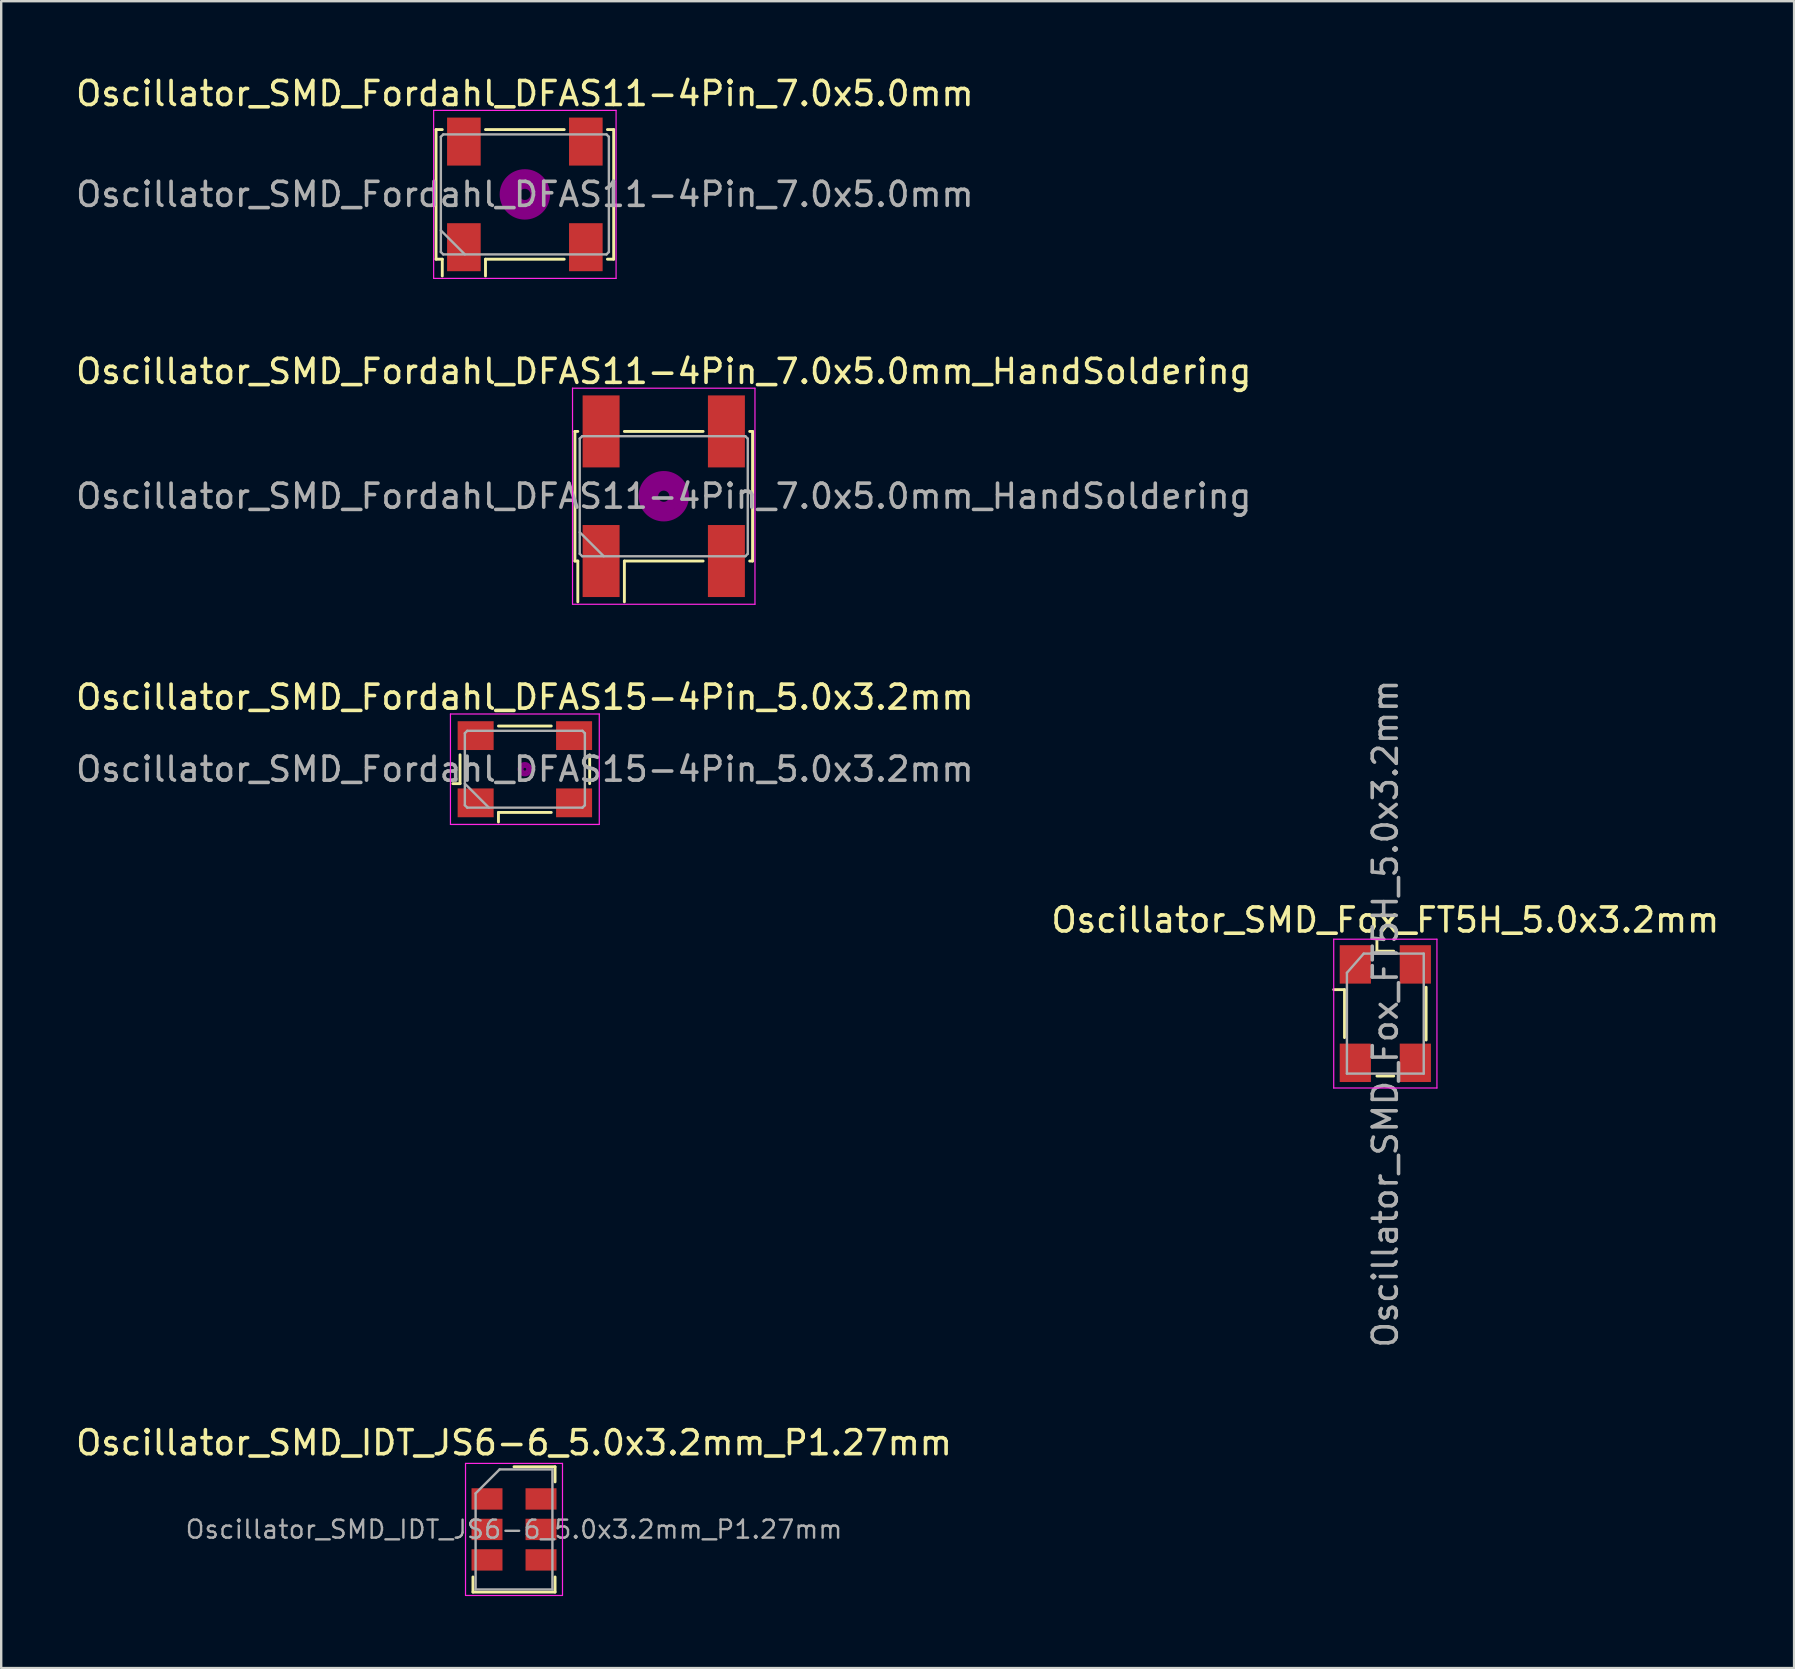
<source format=kicad_pcb>
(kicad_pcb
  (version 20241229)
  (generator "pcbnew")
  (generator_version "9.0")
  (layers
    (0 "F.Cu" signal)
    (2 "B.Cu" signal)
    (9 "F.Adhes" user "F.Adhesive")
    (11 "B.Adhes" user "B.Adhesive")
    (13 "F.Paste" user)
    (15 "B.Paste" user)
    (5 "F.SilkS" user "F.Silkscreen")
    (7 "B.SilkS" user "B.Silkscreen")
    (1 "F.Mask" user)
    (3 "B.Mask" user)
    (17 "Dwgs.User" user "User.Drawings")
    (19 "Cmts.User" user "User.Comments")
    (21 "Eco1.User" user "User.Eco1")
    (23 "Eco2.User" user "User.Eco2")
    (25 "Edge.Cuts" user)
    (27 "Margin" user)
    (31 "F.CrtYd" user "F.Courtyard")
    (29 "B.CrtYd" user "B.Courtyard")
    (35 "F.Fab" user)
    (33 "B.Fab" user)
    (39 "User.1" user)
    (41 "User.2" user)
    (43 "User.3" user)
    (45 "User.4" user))
  (footprint "Oscillator_SMD_Fox_FT5H_5.0x3.2mm"
    (layer "F.Cu")
    (at 54.661 39.176)
    (property "Reference" "Oscillator_SMD_Fox_FT5H_5.0x3.2mm" (at 0 -3.9 0) (layer "F.SilkS") (effects (font (size 1 1) (thickness 0.15))))
    (attr smd)
    (fp_line (start -1.7 -1) (end -2.15 -1) (stroke (width 0.12) (type solid)) (layer "F.SilkS"))
    (fp_line (start -1.7 1) (end -1.7 -1) (stroke (width 0.12) (type solid)) (layer "F.SilkS"))
    (fp_line (start -0.35 -2.6) (end -0.35 -3.1) (stroke (width 0.12) (type solid)) (layer "F.SilkS"))
    (fp_line (start -0.35 -2.6) (end 0.35 -2.6) (stroke (width 0.12) (type solid)) (layer "F.SilkS"))
    (fp_line (start 0.35 2.6) (end -0.35 2.6) (stroke (width 0.12) (type solid)) (layer "F.SilkS"))
    (fp_line (start 1.7 -1.1) (end 1.7 1.1) (stroke (width 0.12) (type solid)) (layer "F.SilkS"))
    (fp_line (start -2.15 -3.1) (end 2.15 -3.1) (stroke (width 0.05) (type solid)) (layer "F.CrtYd"))
    (fp_line (start -2.15 3.1) (end -2.15 -3.1) (stroke (width 0.05) (type solid)) (layer "F.CrtYd"))
    (fp_line (start 2.15 -3.1) (end 2.15 3.1) (stroke (width 0.05) (type solid)) (layer "F.CrtYd"))
    (fp_line (start 2.15 3.1) (end -2.15 3.1) (stroke (width 0.05) (type solid)) (layer "F.CrtYd"))
    (fp_line (start -1.6 -1.7) (end -0.9 -2.5) (stroke (width 0.1) (type solid)) (layer "F.Fab"))
    (fp_line (start -1.6 2.5) (end -1.6 -1.7) (stroke (width 0.1) (type solid)) (layer "F.Fab"))
    (fp_line (start -0.9 -2.5) (end 1.6 -2.5) (stroke (width 0.1) (type solid)) (layer "F.Fab"))
    (fp_line (start 1.6 -2.5) (end 1.6 2.5) (stroke (width 0.1) (type solid)) (layer "F.Fab"))
    (fp_line (start 1.6 2.5) (end -1.6 2.5) (stroke (width 0.1) (type solid)) (layer "F.Fab"))
    (fp_text user "${REFERENCE}" (at 0 0 270) (layer "F.Fab") (effects (font (size 1 1) (thickness 0.15))))
    (pad "1" smd rect (at -1.25 -2.05 270) (size 1.6 1.3) (layers "F.Cu" "F.Mask" "F.Paste"))
    (pad "2" smd rect (at -1.25 2.05 270) (size 1.6 1.3) (layers "F.Cu" "F.Mask" "F.Paste"))
    (pad "3" smd rect (at 1.25 2.05 270) (size 1.6 1.3) (layers "F.Cu" "F.Mask" "F.Paste"))
    (pad "4" smd rect (at 1.25 -2.05 270) (size 1.6 1.3) (layers "F.Cu" "F.Mask" "F.Paste")))
  (footprint "Oscillator_SMD_Fordahl_DFAS11-4Pin_7.0x5.0mm"
    (layer "F.Cu")
    (at 18.815 5.048)
    (property "Reference" "Oscillator_SMD_Fordahl_DFAS11-4Pin_7.0x5.0mm" (at 0 -4.2 0) (layer "F.SilkS") (effects (font (size 1 1) (thickness 0.15))))
    (attr smd)
    (fp_line (start -3.7 -2.7) (end -3.44 -2.7) (stroke (width 0.12) (type solid)) (layer "F.SilkS"))
    (fp_line (start -3.7 2.7) (end -3.7 -2.7) (stroke (width 0.12) (type solid)) (layer "F.SilkS"))
    (fp_line (start -3.44 2.7) (end -3.7 2.7) (stroke (width 0.12) (type solid)) (layer "F.SilkS"))
    (fp_line (start -3.44 3.4) (end -3.44 2.7) (stroke (width 0.12) (type solid)) (layer "F.SilkS"))
    (fp_line (start -1.64 -2.7) (end 1.64 -2.7) (stroke (width 0.12) (type solid)) (layer "F.SilkS"))
    (fp_line (start -1.64 2.7) (end -1.64 3.4) (stroke (width 0.12) (type solid)) (layer "F.SilkS"))
    (fp_line (start 1.64 2.7) (end -1.64 2.7) (stroke (width 0.12) (type solid)) (layer "F.SilkS"))
    (fp_line (start 3.44 -2.7) (end 3.7 -2.7) (stroke (width 0.12) (type solid)) (layer "F.SilkS"))
    (fp_line (start 3.7 -2.7) (end 3.7 2.7) (stroke (width 0.12) (type solid)) (layer "F.SilkS"))
    (fp_line (start 3.7 2.7) (end 3.44 2.7) (stroke (width 0.12) (type solid)) (layer "F.SilkS"))
    (fp_circle (center 0 0) (end 0.233 0) (stroke (width 0.467) (type solid)) (fill no) (layer "F.Adhes"))
    (fp_circle (center 0 0) (end 0.533 0) (stroke (width 0.333) (type solid)) (fill no) (layer "F.Adhes"))
    (fp_circle (center 0 0) (end 0.833 0) (stroke (width 0.333) (type solid)) (fill no) (layer "F.Adhes"))
    (fp_circle (center 0 0) (end 1 0) (stroke (width 0.1) (type solid)) (fill no) (layer "F.Adhes"))
    (fp_line (start -3.8 -3.5) (end -3.8 3.5) (stroke (width 0.05) (type solid)) (layer "F.CrtYd"))
    (fp_line (start -3.8 3.5) (end 3.8 3.5) (stroke (width 0.05) (type solid)) (layer "F.CrtYd"))
    (fp_line (start 3.8 -3.5) (end -3.8 -3.5) (stroke (width 0.05) (type solid)) (layer "F.CrtYd"))
    (fp_line (start 3.8 3.5) (end 3.8 -3.5) (stroke (width 0.05) (type solid)) (layer "F.CrtYd"))
    (fp_line (start -3.5 -2.4) (end -3.4 -2.5) (stroke (width 0.1) (type solid)) (layer "F.Fab"))
    (fp_line (start -3.5 1.5) (end -2.5 2.5) (stroke (width 0.1) (type solid)) (layer "F.Fab"))
    (fp_line (start -3.5 2.4) (end -3.5 -2.4) (stroke (width 0.1) (type solid)) (layer "F.Fab"))
    (fp_line (start -3.4 -2.5) (end 3.4 -2.5) (stroke (width 0.1) (type solid)) (layer "F.Fab"))
    (fp_line (start -3.4 2.5) (end -3.5 2.4) (stroke (width 0.1) (type solid)) (layer "F.Fab"))
    (fp_line (start 3.4 -2.5) (end 3.5 -2.4) (stroke (width 0.1) (type solid)) (layer "F.Fab"))
    (fp_line (start 3.4 2.5) (end -3.4 2.5) (stroke (width 0.1) (type solid)) (layer "F.Fab"))
    (fp_line (start 3.5 -2.4) (end 3.5 2.4) (stroke (width 0.1) (type solid)) (layer "F.Fab"))
    (fp_line (start 3.5 2.4) (end 3.4 2.5) (stroke (width 0.1) (type solid)) (layer "F.Fab"))
    (fp_text user "${REFERENCE}" (at 0 0 0) (layer "F.Fab") (effects (font (size 1 1) (thickness 0.15))))
    (pad "1" smd rect (at -2.54 2.2) (size 1.4 2) (layers "F.Cu" "F.Mask" "F.Paste"))
    (pad "2" smd rect (at 2.54 2.2) (size 1.4 2) (layers "F.Cu" "F.Mask" "F.Paste"))
    (pad "3" smd rect (at 2.54 -2.2) (size 1.4 2) (layers "F.Cu" "F.Mask" "F.Paste"))
    (pad "4" smd rect (at -2.54 -2.2) (size 1.4 2) (layers "F.Cu" "F.Mask" "F.Paste")))
  (footprint "Oscillator_SMD_Fordahl_DFAS11-4Pin_7.0x5.0mm_HandSoldering"
    (layer "F.Cu")
    (at 24.601 17.622)
    (property "Reference" "Oscillator_SMD_Fordahl_DFAS11-4Pin_7.0x5.0mm_HandSoldering" (at 0 -5.2 0) (layer "F.SilkS") (effects (font (size 1 1) (thickness 0.15))))
    (attr smd)
    (fp_line (start -3.7 -2.7) (end -3.58 -2.7) (stroke (width 0.12) (type solid)) (layer "F.SilkS"))
    (fp_line (start -3.7 2.7) (end -3.7 -2.7) (stroke (width 0.12) (type solid)) (layer "F.SilkS"))
    (fp_line (start -3.58 2.7) (end -3.7 2.7) (stroke (width 0.12) (type solid)) (layer "F.SilkS"))
    (fp_line (start -3.58 4.4) (end -3.58 2.7) (stroke (width 0.12) (type solid)) (layer "F.SilkS"))
    (fp_line (start -1.64 -2.7) (end 1.64 -2.7) (stroke (width 0.12) (type solid)) (layer "F.SilkS"))
    (fp_line (start -1.64 2.7) (end -1.64 4.4) (stroke (width 0.12) (type solid)) (layer "F.SilkS"))
    (fp_line (start 1.64 2.7) (end -1.64 2.7) (stroke (width 0.12) (type solid)) (layer "F.SilkS"))
    (fp_line (start 3.58 -2.7) (end 3.7 -2.7) (stroke (width 0.12) (type solid)) (layer "F.SilkS"))
    (fp_line (start 3.7 -2.7) (end 3.7 2.7) (stroke (width 0.12) (type solid)) (layer "F.SilkS"))
    (fp_line (start 3.7 2.7) (end 3.58 2.7) (stroke (width 0.12) (type solid)) (layer "F.SilkS"))
    (fp_circle (center 0 0) (end 0.233 0) (stroke (width 0.467) (type solid)) (fill no) (layer "F.Adhes"))
    (fp_circle (center 0 0) (end 0.533 0) (stroke (width 0.333) (type solid)) (fill no) (layer "F.Adhes"))
    (fp_circle (center 0 0) (end 0.833 0) (stroke (width 0.333) (type solid)) (fill no) (layer "F.Adhes"))
    (fp_circle (center 0 0) (end 1 0) (stroke (width 0.1) (type solid)) (fill no) (layer "F.Adhes"))
    (fp_line (start -3.8 -4.5) (end -3.8 4.5) (stroke (width 0.05) (type solid)) (layer "F.CrtYd"))
    (fp_line (start -3.8 4.5) (end 3.8 4.5) (stroke (width 0.05) (type solid)) (layer "F.CrtYd"))
    (fp_line (start 3.8 -4.5) (end -3.8 -4.5) (stroke (width 0.05) (type solid)) (layer "F.CrtYd"))
    (fp_line (start 3.8 4.5) (end 3.8 -4.5) (stroke (width 0.05) (type solid)) (layer "F.CrtYd"))
    (fp_line (start -3.5 -2.4) (end -3.4 -2.5) (stroke (width 0.1) (type solid)) (layer "F.Fab"))
    (fp_line (start -3.5 1.5) (end -2.5 2.5) (stroke (width 0.1) (type solid)) (layer "F.Fab"))
    (fp_line (start -3.5 2.4) (end -3.5 -2.4) (stroke (width 0.1) (type solid)) (layer "F.Fab"))
    (fp_line (start -3.4 -2.5) (end 3.4 -2.5) (stroke (width 0.1) (type solid)) (layer "F.Fab"))
    (fp_line (start -3.4 2.5) (end -3.5 2.4) (stroke (width 0.1) (type solid)) (layer "F.Fab"))
    (fp_line (start 3.4 -2.5) (end 3.5 -2.4) (stroke (width 0.1) (type solid)) (layer "F.Fab"))
    (fp_line (start 3.4 2.5) (end -3.4 2.5) (stroke (width 0.1) (type solid)) (layer "F.Fab"))
    (fp_line (start 3.5 -2.4) (end 3.5 2.4) (stroke (width 0.1) (type solid)) (layer "F.Fab"))
    (fp_line (start 3.5 2.4) (end 3.4 2.5) (stroke (width 0.1) (type solid)) (layer "F.Fab"))
    (fp_text user "${REFERENCE}" (at 0 0 0) (layer "F.Fab") (effects (font (size 1 1) (thickness 0.15))))
    (pad "1" smd rect (at -2.61 2.7) (size 1.54 3) (layers "F.Cu" "F.Mask" "F.Paste"))
    (pad "2" smd rect (at 2.61 2.7) (size 1.54 3) (layers "F.Cu" "F.Mask" "F.Paste"))
    (pad "3" smd rect (at 2.61 -2.7) (size 1.54 3) (layers "F.Cu" "F.Mask" "F.Paste"))
    (pad "4" smd rect (at -2.61 -2.7) (size 1.54 3) (layers "F.Cu" "F.Mask" "F.Paste")))
  (footprint "Oscillator_SMD_IDT_JS6-6_5.0x3.2mm_P1.27mm"
    (layer "F.Cu")
    (at 18.363 60.664)
    (property "Reference" "Oscillator_SMD_IDT_JS6-6_5.0x3.2mm_P1.27mm" (at 0 -3.61 0) (layer "F.SilkS") (effects (font (size 1 1) (thickness 0.15))))
    (attr smd)
    (fp_line (start -1.71 2.61) (end -1.71 1.98) (stroke (width 0.12) (type solid)) (layer "F.SilkS"))
    (fp_line (start 0 -2.61) (end 1.71 -2.61) (stroke (width 0.12) (type solid)) (layer "F.SilkS"))
    (fp_line (start 1.71 -2.61) (end 1.71 -1.98) (stroke (width 0.12) (type solid)) (layer "F.SilkS"))
    (fp_line (start 1.71 1.98) (end 1.71 2.61) (stroke (width 0.12) (type solid)) (layer "F.SilkS"))
    (fp_line (start 1.71 2.61) (end -1.71 2.61) (stroke (width 0.12) (type solid)) (layer "F.SilkS"))
    (fp_line (start -2.02 -2.75) (end -2.02 2.75) (stroke (width 0.05) (type solid)) (layer "F.CrtYd"))
    (fp_line (start -2.02 2.75) (end 2.02 2.75) (stroke (width 0.05) (type solid)) (layer "F.CrtYd"))
    (fp_line (start 2.02 -2.75) (end -2.02 -2.75) (stroke (width 0.05) (type solid)) (layer "F.CrtYd"))
    (fp_line (start 2.02 2.75) (end 2.02 -2.75) (stroke (width 0.05) (type solid)) (layer "F.CrtYd"))
    (fp_line (start -1.6 -1.5) (end -1.6 2.5) (stroke (width 0.1) (type solid)) (layer "F.Fab"))
    (fp_line (start -1.6 2.5) (end 1.6 2.5) (stroke (width 0.1) (type solid)) (layer "F.Fab"))
    (fp_line (start -0.6 -2.5) (end -1.6 -1.5) (stroke (width 0.1) (type solid)) (layer "F.Fab"))
    (fp_line (start 1.6 -2.5) (end -0.6 -2.5) (stroke (width 0.1) (type solid)) (layer "F.Fab"))
    (fp_line (start 1.6 2.5) (end 1.6 -2.5) (stroke (width 0.1) (type solid)) (layer "F.Fab"))
    (fp_text user "${REFERENCE}" (at 0 0 0) (layer "F.Fab") (effects (font (size 0.75 0.75) (thickness 0.1))))
    (pad "1" smd rect (at -1.125 -1.27 270) (size 0.89 1.29) (layers "F.Cu" "F.Mask" "F.Paste"))
    (pad "2" smd rect (at -1.125 0 270) (size 0.89 1.29) (layers "F.Cu" "F.Mask" "F.Paste"))
    (pad "3" smd rect (at -1.125 1.27 270) (size 0.89 1.29) (layers "F.Cu" "F.Mask" "F.Paste"))
    (pad "4" smd rect (at 1.125 1.27 270) (size 0.89 1.29) (layers "F.Cu" "F.Mask" "F.Paste"))
    (pad "5" smd rect (at 1.125 0 270) (size 0.89 1.29) (layers "F.Cu" "F.Mask" "F.Paste"))
    (pad "6" smd rect (at 1.125 -1.27 270) (size 0.89 1.29) (layers "F.Cu" "F.Mask" "F.Paste")))
  (footprint "Oscillator_SMD_Fordahl_DFAS15-4Pin_5.0x3.2mm"
    (layer "F.Cu")
    (at 18.815 28.995)
    (property "Reference" "Oscillator_SMD_Fordahl_DFAS15-4Pin_5.0x3.2mm" (at 0 -3 0) (layer "F.SilkS") (effects (font (size 1 1) (thickness 0.15))))
    (attr smd)
    (fp_line (start -3 0.6) (end -2.7 0.6) (stroke (width 0.12) (type solid)) (layer "F.SilkS"))
    (fp_line (start -2.7 0.6) (end -2.7 -0.6) (stroke (width 0.12) (type solid)) (layer "F.SilkS"))
    (fp_line (start -1.1 -1.8) (end 1.1 -1.8) (stroke (width 0.12) (type solid)) (layer "F.SilkS"))
    (fp_line (start -1.1 1.8) (end -1.1 2.2) (stroke (width 0.12) (type solid)) (layer "F.SilkS"))
    (fp_line (start 1.1 1.8) (end -1.1 1.8) (stroke (width 0.12) (type solid)) (layer "F.SilkS"))
    (fp_line (start 2.7 -0.6) (end 2.7 0.6) (stroke (width 0.12) (type solid)) (layer "F.SilkS"))
    (fp_circle (center 0 0) (end 0.058 0) (stroke (width 0.117) (type solid)) (fill no) (layer "F.Adhes"))
    (fp_circle (center 0 0) (end 0.133 0) (stroke (width 0.083) (type solid)) (fill no) (layer "F.Adhes"))
    (fp_circle (center 0 0) (end 0.208 0) (stroke (width 0.083) (type solid)) (fill no) (layer "F.Adhes"))
    (fp_circle (center 0 0) (end 0.25 0) (stroke (width 0.1) (type solid)) (fill no) (layer "F.Adhes"))
    (fp_line (start -3.1 -2.3) (end -3.1 2.3) (stroke (width 0.05) (type solid)) (layer "F.CrtYd"))
    (fp_line (start -3.1 2.3) (end 3.1 2.3) (stroke (width 0.05) (type solid)) (layer "F.CrtYd"))
    (fp_line (start 3.1 -2.3) (end -3.1 -2.3) (stroke (width 0.05) (type solid)) (layer "F.CrtYd"))
    (fp_line (start 3.1 2.3) (end 3.1 -2.3) (stroke (width 0.05) (type solid)) (layer "F.CrtYd"))
    (fp_line (start -2.5 -1.5) (end -2.4 -1.6) (stroke (width 0.1) (type solid)) (layer "F.Fab"))
    (fp_line (start -2.5 0.6) (end -1.5 1.6) (stroke (width 0.1) (type solid)) (layer "F.Fab"))
    (fp_line (start -2.5 1.5) (end -2.5 -1.5) (stroke (width 0.1) (type solid)) (layer "F.Fab"))
    (fp_line (start -2.4 -1.6) (end 2.4 -1.6) (stroke (width 0.1) (type solid)) (layer "F.Fab"))
    (fp_line (start -2.4 1.6) (end -2.5 1.5) (stroke (width 0.1) (type solid)) (layer "F.Fab"))
    (fp_line (start 2.4 -1.6) (end 2.5 -1.5) (stroke (width 0.1) (type solid)) (layer "F.Fab"))
    (fp_line (start 2.4 1.6) (end -2.4 1.6) (stroke (width 0.1) (type solid)) (layer "F.Fab"))
    (fp_line (start 2.5 -1.5) (end 2.5 1.5) (stroke (width 0.1) (type solid)) (layer "F.Fab"))
    (fp_line (start 2.5 1.5) (end 2.4 1.6) (stroke (width 0.1) (type solid)) (layer "F.Fab"))
    (fp_text user "${REFERENCE}" (at 0 0 0) (layer "F.Fab") (effects (font (size 1 1) (thickness 0.15))))
    (pad "1" smd rect (at -2.05 1.4) (size 1.5 1.2) (layers "F.Cu" "F.Mask" "F.Paste"))
    (pad "2" smd rect (at 2.05 1.4) (size 1.5 1.2) (layers "F.Cu" "F.Mask" "F.Paste"))
    (pad "3" smd rect (at 2.05 -1.4) (size 1.5 1.2) (layers "F.Cu" "F.Mask" "F.Paste"))
    (pad "4" smd rect (at -2.05 -1.4) (size 1.5 1.2) (layers "F.Cu" "F.Mask" "F.Paste")))
  (gr_rect
    (start -3 -3)
    (end 71.69 66.439)
    (stroke (width 0.1) (type default))
    (fill no)
    (layer "Edge.Cuts")))
</source>
